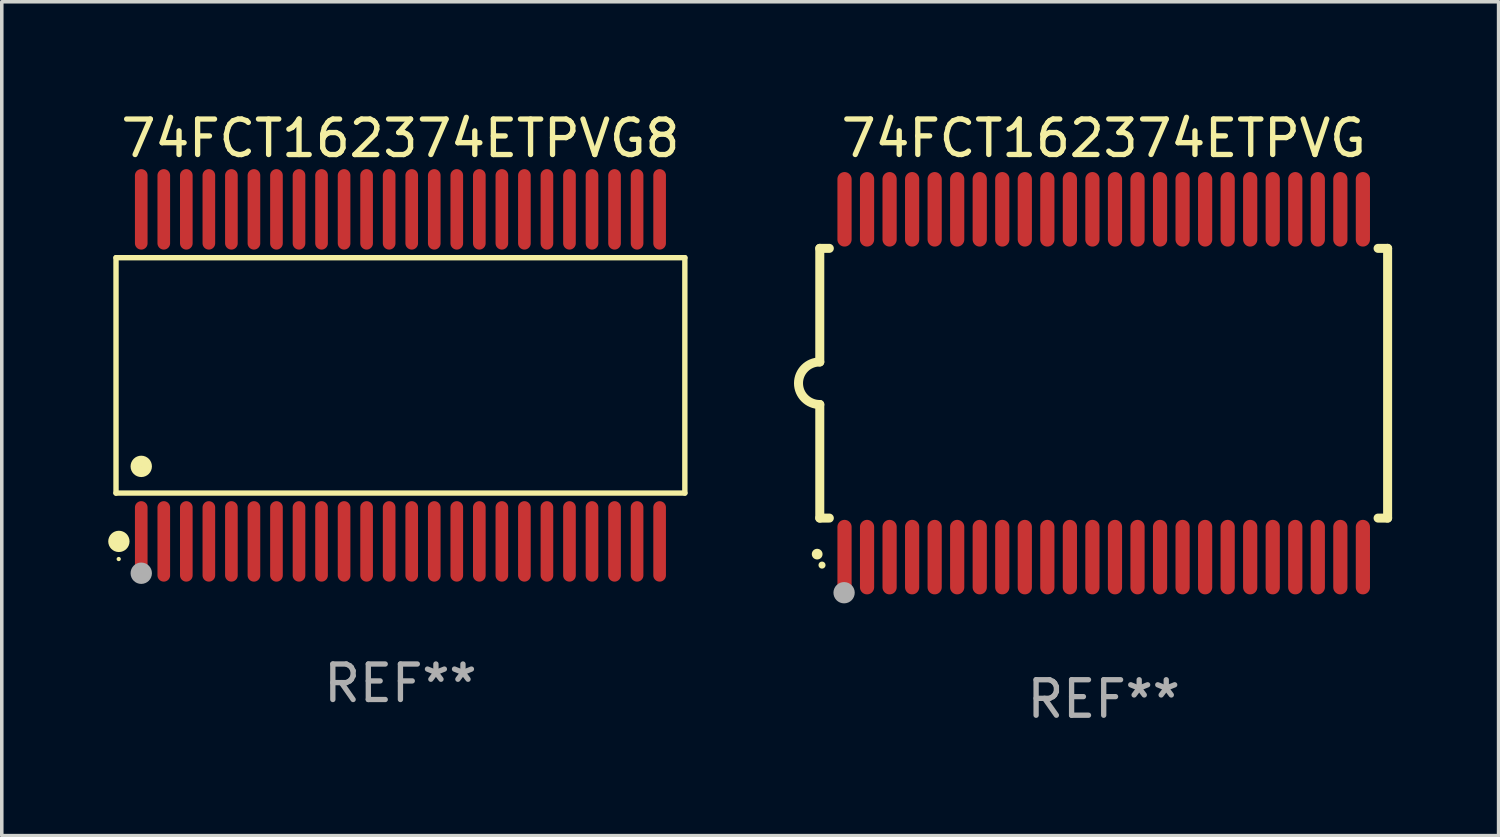
<source format=kicad_pcb>
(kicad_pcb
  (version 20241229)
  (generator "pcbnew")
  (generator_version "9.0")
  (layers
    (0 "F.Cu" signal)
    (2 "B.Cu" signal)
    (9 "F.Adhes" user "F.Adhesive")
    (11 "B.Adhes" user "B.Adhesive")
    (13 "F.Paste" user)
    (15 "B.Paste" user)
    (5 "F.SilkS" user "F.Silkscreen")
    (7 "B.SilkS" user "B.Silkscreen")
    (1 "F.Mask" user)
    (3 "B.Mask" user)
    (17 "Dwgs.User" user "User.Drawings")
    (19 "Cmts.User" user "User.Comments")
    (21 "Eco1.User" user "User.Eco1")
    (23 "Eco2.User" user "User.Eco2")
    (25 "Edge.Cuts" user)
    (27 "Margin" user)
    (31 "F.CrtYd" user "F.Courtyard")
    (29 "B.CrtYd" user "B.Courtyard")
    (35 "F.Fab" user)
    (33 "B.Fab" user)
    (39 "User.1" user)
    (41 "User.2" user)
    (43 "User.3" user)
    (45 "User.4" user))
  (footprint "74FCT162374ETPVG"
    (layer "F.Cu")
    (at 28.049 7.748)
    (property "Reference" "74FCT162374ETPVG" (at 0 -6.9 0) (layer "F.SilkS") (effects (font (size 1 1) (thickness 0.15))))
    (attr through_hole)
    (fp_line (start -8 -3.8) (end -8 -0.599) (stroke (width 0.254) (type solid)) (layer "F.SilkS"))
    (fp_line (start -8 -3.8) (end -7.731 -3.8) (stroke (width 0.254) (type solid)) (layer "F.SilkS"))
    (fp_line (start -8 3.8) (end -8 0.599) (stroke (width 0.254) (type solid)) (layer "F.SilkS"))
    (fp_line (start -7.731 3.8) (end -8 3.8) (stroke (width 0.254) (type solid)) (layer "F.SilkS"))
    (fp_line (start 7.731 -3.8) (end 8 -3.8) (stroke (width 0.254) (type solid)) (layer "F.SilkS"))
    (fp_line (start 8 -3.8) (end 8 3.8) (stroke (width 0.254) (type solid)) (layer "F.SilkS"))
    (fp_line (start 8 3.8) (end 7.731 3.8) (stroke (width 0.254) (type solid)) (layer "F.SilkS"))
    (fp_arc (start -8.074676 4.81585) (mid -8.073406 4.815845) (end -8.072136 4.81585) (stroke (width 0.3) (type solid)) (layer "F.SilkS"))
    (fp_arc (start -8.000025 0.6) (mid -8.598908 0.00056) (end -8.000027 -0.598882) (stroke (width 0.254001) (type solid)) (layer "F.SilkS"))
    (fp_circle (center -7.937 5.125) (end -7.887 5.125) (stroke (width 0.1) (type solid)) (fill no) (layer "F.SilkS"))
    (fp_circle (center -7.315 5.903) (end -7.165 5.903) (stroke (width 0.3) (type solid)) (fill no) (layer "F.Fab"))
    (fp_text user "REF**" (at 0 8.9 0) (layer "F.Fab") (effects (font (size 1 1) (thickness 0.15))))
    (pad "1" smd oval (at -7.303 4.9) (size 0.4 2.1) (layers "F.Cu" "F.Mask" "F.Paste"))
    (pad "2" smd oval (at -6.668 4.9) (size 0.4 2.1) (layers "F.Cu" "F.Mask" "F.Paste"))
    (pad "3" smd oval (at -6.033 4.9) (size 0.4 2.1) (layers "F.Cu" "F.Mask" "F.Paste"))
    (pad "4" smd oval (at -5.398 4.9) (size 0.4 2.1) (layers "F.Cu" "F.Mask" "F.Paste"))
    (pad "5" smd oval (at -4.763 4.9) (size 0.4 2.1) (layers "F.Cu" "F.Mask" "F.Paste"))
    (pad "6" smd oval (at -4.128 4.9) (size 0.4 2.1) (layers "F.Cu" "F.Mask" "F.Paste"))
    (pad "7" smd oval (at -3.493 4.9) (size 0.4 2.1) (layers "F.Cu" "F.Mask" "F.Paste"))
    (pad "8" smd oval (at -2.858 4.9) (size 0.4 2.1) (layers "F.Cu" "F.Mask" "F.Paste"))
    (pad "9" smd oval (at -2.223 4.9) (size 0.4 2.1) (layers "F.Cu" "F.Mask" "F.Paste"))
    (pad "10" smd oval (at -1.588 4.9) (size 0.4 2.1) (layers "F.Cu" "F.Mask" "F.Paste"))
    (pad "11" smd oval (at -0.953 4.9) (size 0.4 2.1) (layers "F.Cu" "F.Mask" "F.Paste"))
    (pad "12" smd oval (at -0.318 4.9) (size 0.4 2.1) (layers "F.Cu" "F.Mask" "F.Paste"))
    (pad "13" smd oval (at 0.318 4.9) (size 0.4 2.1) (layers "F.Cu" "F.Mask" "F.Paste"))
    (pad "14" smd oval (at 0.953 4.9) (size 0.4 2.1) (layers "F.Cu" "F.Mask" "F.Paste"))
    (pad "15" smd oval (at 1.588 4.9) (size 0.4 2.1) (layers "F.Cu" "F.Mask" "F.Paste"))
    (pad "16" smd oval (at 2.223 4.9) (size 0.4 2.1) (layers "F.Cu" "F.Mask" "F.Paste"))
    (pad "17" smd oval (at 2.858 4.9) (size 0.4 2.1) (layers "F.Cu" "F.Mask" "F.Paste"))
    (pad "18" smd oval (at 3.493 4.9) (size 0.4 2.1) (layers "F.Cu" "F.Mask" "F.Paste"))
    (pad "19" smd oval (at 4.128 4.9) (size 0.4 2.1) (layers "F.Cu" "F.Mask" "F.Paste"))
    (pad "20" smd oval (at 4.763 4.9) (size 0.4 2.1) (layers "F.Cu" "F.Mask" "F.Paste"))
    (pad "21" smd oval (at 5.398 4.9) (size 0.4 2.1) (layers "F.Cu" "F.Mask" "F.Paste"))
    (pad "22" smd oval (at 6.033 4.9) (size 0.4 2.1) (layers "F.Cu" "F.Mask" "F.Paste"))
    (pad "23" smd oval (at 6.668 4.9) (size 0.4 2.1) (layers "F.Cu" "F.Mask" "F.Paste"))
    (pad "24" smd oval (at 7.303 4.9) (size 0.4 2.1) (layers "F.Cu" "F.Mask" "F.Paste"))
    (pad "25" smd oval (at 7.303 -4.9 180) (size 0.4 2.1) (layers "F.Cu" "F.Mask" "F.Paste"))
    (pad "26" smd oval (at 6.668 -4.9 180) (size 0.4 2.1) (layers "F.Cu" "F.Mask" "F.Paste"))
    (pad "27" smd oval (at 6.033 -4.9 180) (size 0.4 2.1) (layers "F.Cu" "F.Mask" "F.Paste"))
    (pad "28" smd oval (at 5.398 -4.9 180) (size 0.4 2.1) (layers "F.Cu" "F.Mask" "F.Paste"))
    (pad "29" smd oval (at 4.763 -4.9 180) (size 0.4 2.1) (layers "F.Cu" "F.Mask" "F.Paste"))
    (pad "30" smd oval (at 4.128 -4.9 180) (size 0.4 2.1) (layers "F.Cu" "F.Mask" "F.Paste"))
    (pad "31" smd oval (at 3.493 -4.9 180) (size 0.4 2.1) (layers "F.Cu" "F.Mask" "F.Paste"))
    (pad "32" smd oval (at 2.858 -4.9 180) (size 0.4 2.1) (layers "F.Cu" "F.Mask" "F.Paste"))
    (pad "33" smd oval (at 2.223 -4.9 180) (size 0.4 2.1) (layers "F.Cu" "F.Mask" "F.Paste"))
    (pad "34" smd oval (at 1.588 -4.9 180) (size 0.4 2.1) (layers "F.Cu" "F.Mask" "F.Paste"))
    (pad "35" smd oval (at 0.953 -4.9 180) (size 0.4 2.1) (layers "F.Cu" "F.Mask" "F.Paste"))
    (pad "36" smd oval (at 0.318 -4.9 180) (size 0.4 2.1) (layers "F.Cu" "F.Mask" "F.Paste"))
    (pad "37" smd oval (at -0.318 -4.9 180) (size 0.4 2.1) (layers "F.Cu" "F.Mask" "F.Paste"))
    (pad "38" smd oval (at -0.953 -4.9 180) (size 0.4 2.1) (layers "F.Cu" "F.Mask" "F.Paste"))
    (pad "39" smd oval (at -1.588 -4.9 180) (size 0.4 2.1) (layers "F.Cu" "F.Mask" "F.Paste"))
    (pad "40" smd oval (at -2.223 -4.9 180) (size 0.4 2.1) (layers "F.Cu" "F.Mask" "F.Paste"))
    (pad "41" smd oval (at -2.858 -4.9 180) (size 0.4 2.1) (layers "F.Cu" "F.Mask" "F.Paste"))
    (pad "42" smd oval (at -3.493 -4.9 180) (size 0.4 2.1) (layers "F.Cu" "F.Mask" "F.Paste"))
    (pad "43" smd oval (at -4.128 -4.9 180) (size 0.4 2.1) (layers "F.Cu" "F.Mask" "F.Paste"))
    (pad "44" smd oval (at -4.763 -4.9 180) (size 0.4 2.1) (layers "F.Cu" "F.Mask" "F.Paste"))
    (pad "45" smd oval (at -5.398 -4.9 180) (size 0.4 2.1) (layers "F.Cu" "F.Mask" "F.Paste"))
    (pad "46" smd oval (at -6.033 -4.9 180) (size 0.4 2.1) (layers "F.Cu" "F.Mask" "F.Paste"))
    (pad "47" smd oval (at -6.668 -4.9 180) (size 0.4 2.1) (layers "F.Cu" "F.Mask" "F.Paste"))
    (pad "48" smd oval (at -7.303 -4.9 180) (size 0.4 2.1) (layers "F.Cu" "F.Mask" "F.Paste")))
  (footprint "74FCT162374ETPVG8"
    (layer "F.Cu")
    (at 8.233 7.527)
    (property "Reference" "74FCT162374ETPVG8" (at 0 -6.678 0) (layer "F.SilkS") (effects (font (size 1 1) (thickness 0.15))))
    (attr through_hole)
    (fp_line (start -8.014 -3.316) (end 8.014 -3.316) (stroke (width 0.152) (type solid)) (layer "F.SilkS"))
    (fp_line (start -8.014 3.316) (end -8.014 -3.316) (stroke (width 0.152) (type solid)) (layer "F.SilkS"))
    (fp_line (start 8.014 -3.316) (end 8.014 3.316) (stroke (width 0.152) (type solid)) (layer "F.SilkS"))
    (fp_line (start 8.014 3.316) (end -8.014 3.316) (stroke (width 0.152) (type solid)) (layer "F.SilkS"))
    (fp_circle (center -7.938 5.175) (end -7.908 5.175) (stroke (width 0.06) (type solid)) (fill no) (layer "F.SilkS"))
    (fp_circle (center -7.933 4.678) (end -7.783 4.678) (stroke (width 0.3) (type solid)) (fill no) (layer "F.SilkS"))
    (fp_circle (center -7.303 2.564) (end -7.152 2.564) (stroke (width 0.3) (type solid)) (fill no) (layer "F.SilkS"))
    (fp_circle (center -7.303 5.575) (end -7.152 5.575) (stroke (width 0.3) (type solid)) (fill no) (layer "F.Fab"))
    (fp_text user "REF**" (at 0 8.678 0) (layer "F.Fab") (effects (font (size 1 1) (thickness 0.15))))
    (pad "1" smd oval (at -7.303 4.678) (size 0.356 2.267) (layers "F.Cu" "F.Mask" "F.Paste"))
    (pad "2" smd oval (at -6.668 4.678) (size 0.356 2.267) (layers "F.Cu" "F.Mask" "F.Paste"))
    (pad "3" smd oval (at -6.033 4.678) (size 0.356 2.267) (layers "F.Cu" "F.Mask" "F.Paste"))
    (pad "4" smd oval (at -5.398 4.678) (size 0.356 2.267) (layers "F.Cu" "F.Mask" "F.Paste"))
    (pad "5" smd oval (at -4.763 4.678) (size 0.356 2.267) (layers "F.Cu" "F.Mask" "F.Paste"))
    (pad "6" smd oval (at -4.128 4.678) (size 0.356 2.267) (layers "F.Cu" "F.Mask" "F.Paste"))
    (pad "7" smd oval (at -3.493 4.678) (size 0.356 2.267) (layers "F.Cu" "F.Mask" "F.Paste"))
    (pad "8" smd oval (at -2.858 4.678) (size 0.356 2.267) (layers "F.Cu" "F.Mask" "F.Paste"))
    (pad "9" smd oval (at -2.223 4.678) (size 0.356 2.267) (layers "F.Cu" "F.Mask" "F.Paste"))
    (pad "10" smd oval (at -1.588 4.678) (size 0.356 2.267) (layers "F.Cu" "F.Mask" "F.Paste"))
    (pad "11" smd oval (at -0.953 4.678) (size 0.356 2.267) (layers "F.Cu" "F.Mask" "F.Paste"))
    (pad "12" smd oval (at -0.318 4.678) (size 0.356 2.267) (layers "F.Cu" "F.Mask" "F.Paste"))
    (pad "13" smd oval (at 0.318 4.678) (size 0.356 2.267) (layers "F.Cu" "F.Mask" "F.Paste"))
    (pad "14" smd oval (at 0.953 4.678) (size 0.356 2.267) (layers "F.Cu" "F.Mask" "F.Paste"))
    (pad "15" smd oval (at 1.588 4.678) (size 0.356 2.267) (layers "F.Cu" "F.Mask" "F.Paste"))
    (pad "16" smd oval (at 2.223 4.678) (size 0.356 2.267) (layers "F.Cu" "F.Mask" "F.Paste"))
    (pad "17" smd oval (at 2.858 4.678) (size 0.356 2.267) (layers "F.Cu" "F.Mask" "F.Paste"))
    (pad "18" smd oval (at 3.493 4.678) (size 0.356 2.267) (layers "F.Cu" "F.Mask" "F.Paste"))
    (pad "19" smd oval (at 4.128 4.678) (size 0.356 2.267) (layers "F.Cu" "F.Mask" "F.Paste"))
    (pad "20" smd oval (at 4.763 4.678) (size 0.356 2.267) (layers "F.Cu" "F.Mask" "F.Paste"))
    (pad "21" smd oval (at 5.398 4.678) (size 0.356 2.267) (layers "F.Cu" "F.Mask" "F.Paste"))
    (pad "22" smd oval (at 6.033 4.678) (size 0.356 2.267) (layers "F.Cu" "F.Mask" "F.Paste"))
    (pad "23" smd oval (at 6.668 4.678) (size 0.356 2.267) (layers "F.Cu" "F.Mask" "F.Paste"))
    (pad "24" smd oval (at 7.303 4.678) (size 0.356 2.267) (layers "F.Cu" "F.Mask" "F.Paste"))
    (pad "25" smd oval (at 7.303 -4.678) (size 0.356 2.267) (layers "F.Cu" "F.Mask" "F.Paste"))
    (pad "26" smd oval (at 6.668 -4.678) (size 0.356 2.267) (layers "F.Cu" "F.Mask" "F.Paste"))
    (pad "27" smd oval (at 6.033 -4.678) (size 0.356 2.267) (layers "F.Cu" "F.Mask" "F.Paste"))
    (pad "28" smd oval (at 5.398 -4.678) (size 0.356 2.267) (layers "F.Cu" "F.Mask" "F.Paste"))
    (pad "29" smd oval (at 4.763 -4.678) (size 0.356 2.267) (layers "F.Cu" "F.Mask" "F.Paste"))
    (pad "30" smd oval (at 4.128 -4.678) (size 0.356 2.267) (layers "F.Cu" "F.Mask" "F.Paste"))
    (pad "31" smd oval (at 3.493 -4.678) (size 0.356 2.267) (layers "F.Cu" "F.Mask" "F.Paste"))
    (pad "32" smd oval (at 2.858 -4.678) (size 0.356 2.267) (layers "F.Cu" "F.Mask" "F.Paste"))
    (pad "33" smd oval (at 2.223 -4.678) (size 0.356 2.267) (layers "F.Cu" "F.Mask" "F.Paste"))
    (pad "34" smd oval (at 1.588 -4.678) (size 0.356 2.267) (layers "F.Cu" "F.Mask" "F.Paste"))
    (pad "35" smd oval (at 0.953 -4.678) (size 0.356 2.267) (layers "F.Cu" "F.Mask" "F.Paste"))
    (pad "36" smd oval (at 0.318 -4.678) (size 0.356 2.267) (layers "F.Cu" "F.Mask" "F.Paste"))
    (pad "37" smd oval (at -0.318 -4.678) (size 0.356 2.267) (layers "F.Cu" "F.Mask" "F.Paste"))
    (pad "38" smd oval (at -0.953 -4.678) (size 0.356 2.267) (layers "F.Cu" "F.Mask" "F.Paste"))
    (pad "39" smd oval (at -1.588 -4.678) (size 0.356 2.267) (layers "F.Cu" "F.Mask" "F.Paste"))
    (pad "40" smd oval (at -2.223 -4.678) (size 0.356 2.267) (layers "F.Cu" "F.Mask" "F.Paste"))
    (pad "41" smd oval (at -2.858 -4.678) (size 0.356 2.267) (layers "F.Cu" "F.Mask" "F.Paste"))
    (pad "42" smd oval (at -3.493 -4.678) (size 0.356 2.267) (layers "F.Cu" "F.Mask" "F.Paste"))
    (pad "43" smd oval (at -4.128 -4.678) (size 0.356 2.267) (layers "F.Cu" "F.Mask" "F.Paste"))
    (pad "44" smd oval (at -4.763 -4.678) (size 0.356 2.267) (layers "F.Cu" "F.Mask" "F.Paste"))
    (pad "45" smd oval (at -5.398 -4.678) (size 0.356 2.267) (layers "F.Cu" "F.Mask" "F.Paste"))
    (pad "46" smd oval (at -6.033 -4.678) (size 0.356 2.267) (layers "F.Cu" "F.Mask" "F.Paste"))
    (pad "47" smd oval (at -6.668 -4.678) (size 0.356 2.267) (layers "F.Cu" "F.Mask" "F.Paste"))
    (pad "48" smd oval (at -7.303 -4.678) (size 0.356 2.267) (layers "F.Cu" "F.Mask" "F.Paste")))
  (gr_rect
    (start -3 -3)
    (end 39.176 20.496)
    (stroke (width 0.1) (type default))
    (fill no)
    (layer "Edge.Cuts")))
</source>
